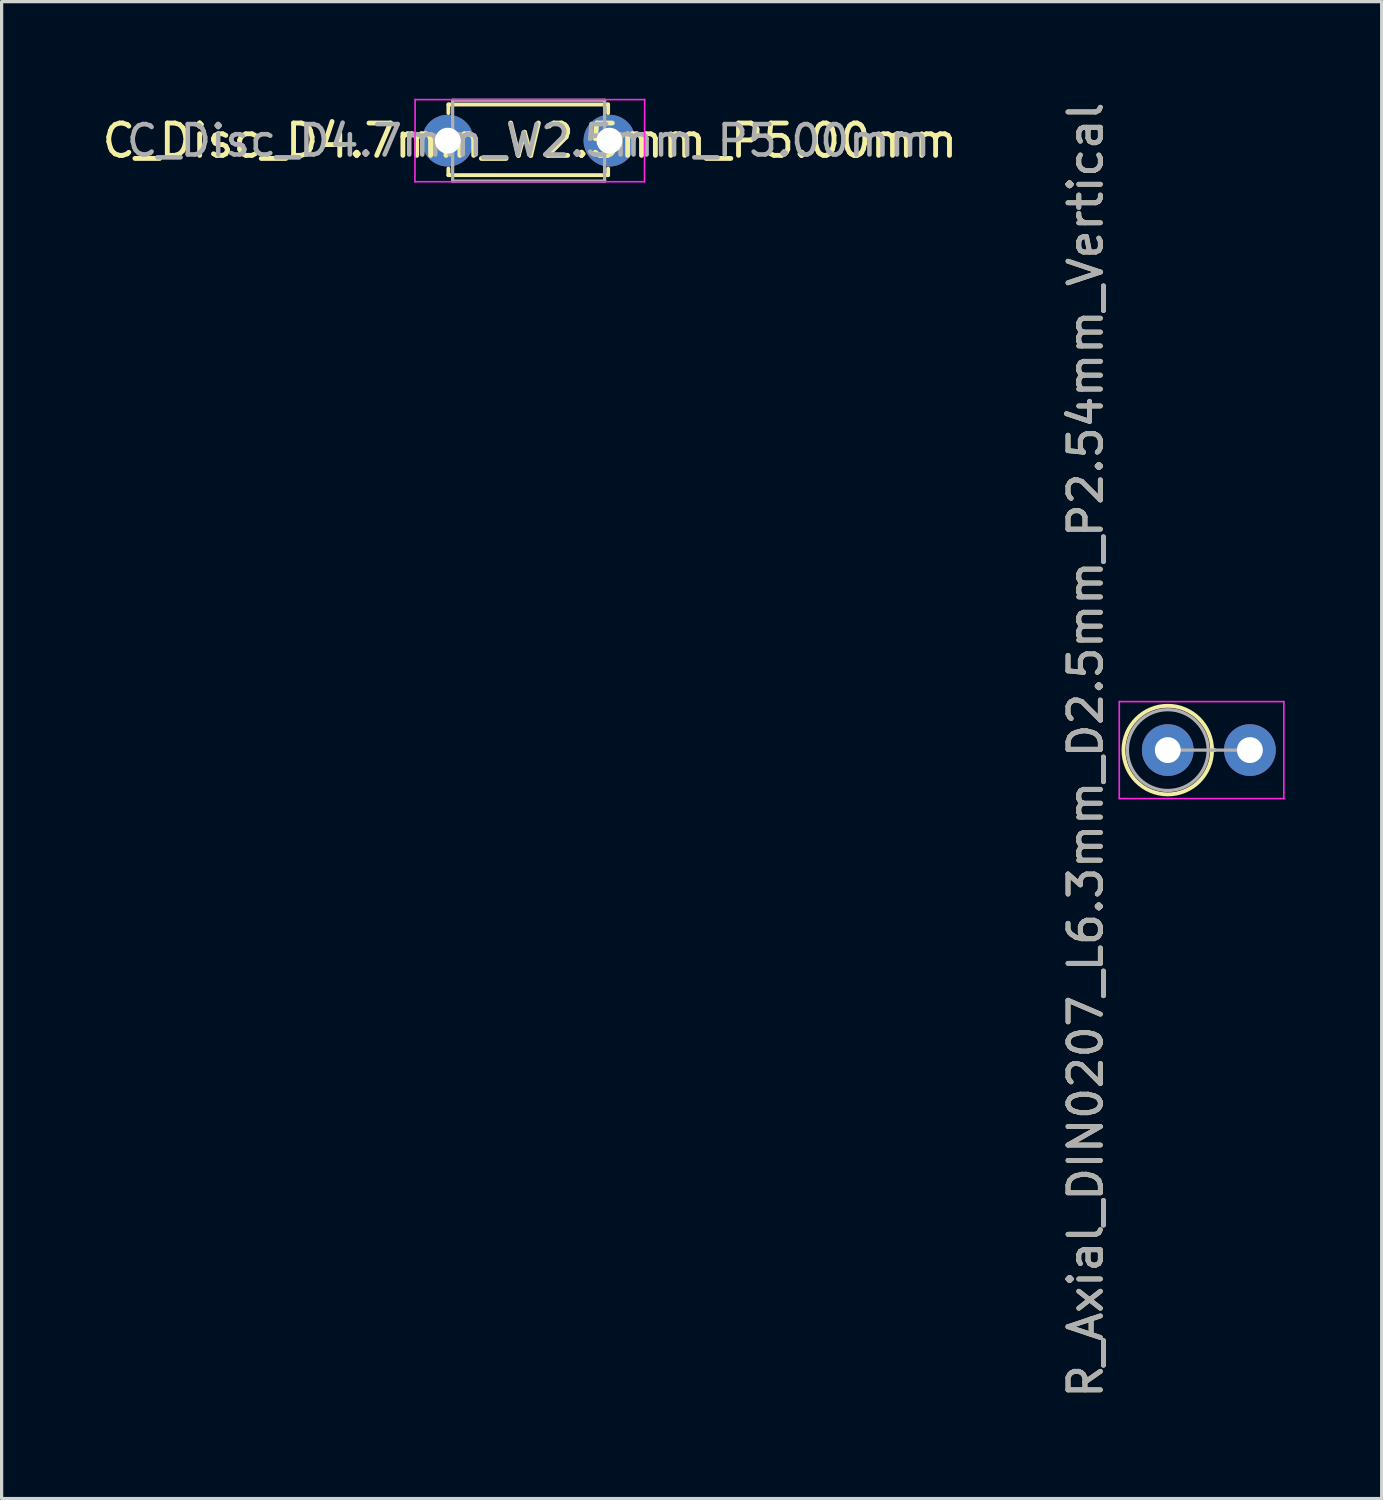
<source format=kicad_pcb>
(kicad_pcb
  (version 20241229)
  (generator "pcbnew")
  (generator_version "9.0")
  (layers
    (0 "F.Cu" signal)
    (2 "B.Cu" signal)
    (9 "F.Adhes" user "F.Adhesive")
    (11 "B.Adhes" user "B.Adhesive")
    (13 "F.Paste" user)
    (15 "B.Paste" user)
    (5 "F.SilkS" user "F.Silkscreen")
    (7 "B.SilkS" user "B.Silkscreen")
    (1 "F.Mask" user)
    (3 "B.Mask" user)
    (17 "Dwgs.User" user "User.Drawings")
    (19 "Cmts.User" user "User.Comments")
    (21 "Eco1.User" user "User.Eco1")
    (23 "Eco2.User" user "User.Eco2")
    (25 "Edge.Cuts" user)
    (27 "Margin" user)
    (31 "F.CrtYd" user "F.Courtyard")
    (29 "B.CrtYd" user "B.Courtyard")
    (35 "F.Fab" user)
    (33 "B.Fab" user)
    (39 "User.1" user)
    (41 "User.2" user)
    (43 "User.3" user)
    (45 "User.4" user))
  (footprint "R_Axial_DIN0207_L6.3mm_D2.5mm_P2.54mm_Vertical"
    (layer "F.Cu")
    (at 33.067 20.149)
    (property "Reference" "R_Axial_DIN0207_L6.3mm_D2.5mm_P2.54mm_Vertical" (at -2.54 0 90) (layer "F.SilkS") (effects (font (size 1 1) (thickness 0.15))))
    (attr through_hole)
    (fp_line (start 1.37 0) (end 1.44 0) (stroke (width 0.12) (type solid)) (layer "F.SilkS"))
    (fp_circle (center 0 0) (end 1.37 0) (stroke (width 0.12) (type solid)) (fill no) (layer "F.SilkS"))
    (fp_line (start -1.5 -1.5) (end -1.5 1.5) (stroke (width 0.05) (type solid)) (layer "F.CrtYd"))
    (fp_line (start -1.5 1.5) (end 3.59 1.5) (stroke (width 0.05) (type solid)) (layer "F.CrtYd"))
    (fp_line (start 3.59 -1.5) (end -1.5 -1.5) (stroke (width 0.05) (type solid)) (layer "F.CrtYd"))
    (fp_line (start 3.59 1.5) (end 3.59 -1.5) (stroke (width 0.05) (type solid)) (layer "F.CrtYd"))
    (fp_line (start 0 0) (end 2.54 0) (stroke (width 0.1) (type solid)) (layer "F.Fab"))
    (fp_circle (center 0 0) (end 1.25 0) (stroke (width 0.1) (type solid)) (fill no) (layer "F.Fab"))
    (fp_text user "${REFERENCE}" (at -2.54 0 90) (layer "F.Fab") (effects (font (size 1 1) (thickness 0.15))))
    (pad "1" thru_hole circle (at 0 0) (size 1.6 1.6) (drill 0.8) (layers "*.Cu" "*.Mask"))
    (pad "2" thru_hole oval (at 2.54 0) (size 1.6 1.6) (drill 0.8) (layers "*.Cu" "*.Mask")))
  (footprint "C_Disc_D4.7mm_W2.5mm_P5.00mm"
    (layer "F.Cu")
    (at 10.799 1.3)
    (property "Reference" "C_Disc_D4.7mm_W2.5mm_P5.00mm" (at 2.54 0 0) (layer "F.SilkS") (effects (font (size 1 1) (thickness 0.15))))
    (attr through_hole)
    (fp_line (start 0.019 -1.118) (end 0.019 -0.853) (stroke (width 0.12) (type solid)) (layer "F.SilkS"))
    (fp_line (start 0.019 -1.118) (end 4.959 -1.118) (stroke (width 0.12) (type solid)) (layer "F.SilkS"))
    (fp_line (start 0.019 0.864) (end 0.019 1.067) (stroke (width 0.12) (type solid)) (layer "F.SilkS"))
    (fp_line (start 0.019 1.067) (end 4.959 1.067) (stroke (width 0.12) (type solid)) (layer "F.SilkS"))
    (fp_line (start 4.959 -1.118) (end 4.959 -0.853) (stroke (width 0.12) (type solid)) (layer "F.SilkS"))
    (fp_line (start 4.959 0.864) (end 4.959 1.067) (stroke (width 0.12) (type solid)) (layer "F.SilkS"))
    (fp_line (start -1.016 1.27) (end 6.084 1.27) (stroke (width 0.05) (type solid)) (layer "F.CrtYd"))
    (fp_line (start -1.01 -1.27) (end -1.016 1.27) (stroke (width 0.05) (type solid)) (layer "F.CrtYd"))
    (fp_line (start 6.084 1.27) (end 6.09 -1.27) (stroke (width 0.05) (type solid)) (layer "F.CrtYd"))
    (fp_line (start 6.09 -1.27) (end -1.01 -1.27) (stroke (width 0.05) (type solid)) (layer "F.CrtYd"))
    (fp_line (start 0.15 -1.25) (end 0.15 1.25) (stroke (width 0.1) (type solid)) (layer "F.Fab"))
    (fp_line (start 0.15 1.25) (end 4.85 1.25) (stroke (width 0.1) (type solid)) (layer "F.Fab"))
    (fp_line (start 4.85 -1.25) (end 0.15 -1.25) (stroke (width 0.1) (type solid)) (layer "F.Fab"))
    (fp_line (start 4.85 1.25) (end 4.85 -1.25) (stroke (width 0.1) (type solid)) (layer "F.Fab"))
    (fp_text user "${REFERENCE}" (at 2.5 0 0) (layer "F.Fab") (effects (font (size 0.94 0.94) (thickness 0.141))))
    (pad "1" thru_hole circle (at 0 0) (size 1.6 1.6) (drill 0.8) (layers "*.Cu" "*.Mask"))
    (pad "2" thru_hole circle (at 5 0) (size 1.6 1.6) (drill 0.8) (layers "*.Cu" "*.Mask")))
  (gr_rect
    (start -3 -3)
    (end 39.682 43.298)
    (stroke (width 0.1) (type default))
    (fill no)
    (layer "Edge.Cuts")))
</source>
